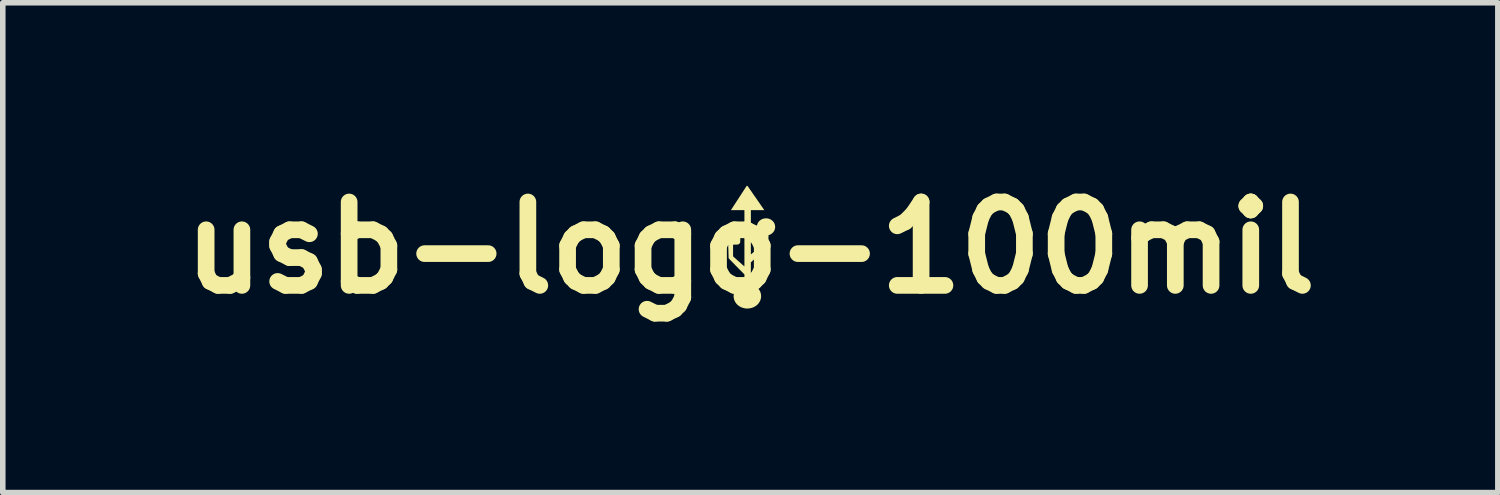
<source format=kicad_pcb>
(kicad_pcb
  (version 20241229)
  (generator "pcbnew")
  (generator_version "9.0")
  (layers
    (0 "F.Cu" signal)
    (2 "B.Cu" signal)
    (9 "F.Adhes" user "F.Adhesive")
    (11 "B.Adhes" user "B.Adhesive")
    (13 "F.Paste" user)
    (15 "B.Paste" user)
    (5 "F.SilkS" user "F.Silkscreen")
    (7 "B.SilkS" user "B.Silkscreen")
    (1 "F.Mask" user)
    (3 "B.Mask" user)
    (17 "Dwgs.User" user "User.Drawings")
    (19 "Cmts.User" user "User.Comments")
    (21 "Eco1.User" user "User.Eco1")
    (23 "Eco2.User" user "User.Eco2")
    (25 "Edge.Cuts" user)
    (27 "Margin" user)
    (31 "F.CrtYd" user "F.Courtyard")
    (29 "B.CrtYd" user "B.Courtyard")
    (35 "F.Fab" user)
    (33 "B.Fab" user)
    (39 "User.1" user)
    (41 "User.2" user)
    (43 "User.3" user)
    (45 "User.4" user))
  (footprint "usb-logo-100mil"
    (layer "F.Cu")
    (at 10.443 1.404)
    (property "Reference" "usb-logo-100mil" (at 0 0 0) (layer "F.SilkS") (effects (font (size 1.5 1.5) (thickness 0.3))))
    (attr board_only exclude_from_pos_files exclude_from_bom)
    (fp_poly (pts (xy -0.058 -1.112) (xy -0.054 -1.111) (xy -0.051 -1.11) (xy -0.05 -1.11) (xy -0.049 -1.109) (xy -0.047 -1.106) (xy -0.044 -1.101) (xy -0.039 -1.095) (xy -0.034 -1.087) (xy -0.027 -1.078) (xy -0.02 -1.067) (xy -0.012 -1.055) (xy -0.003 -1.043) (xy 0.007 -1.029) (xy 0.017 -1.015) (xy 0.027 -0.999) (xy 0.038 -0.984) (xy 0.05 -0.966) (xy 0.063 -0.947) (xy 0.077 -0.928) (xy 0.091 -0.908) (xy 0.105 -0.888) (xy 0.119 -0.868) (xy 0.132 -0.848) (xy 0.145 -0.829) (xy 0.158 -0.812) (xy 0.169 -0.795) (xy 0.18 -0.78) (xy 0.188 -0.767) (xy 0.197 -0.754) (xy 0.206 -0.741) (xy 0.215 -0.729) (xy 0.222 -0.718) (xy 0.229 -0.708) (xy 0.236 -0.699) (xy 0.241 -0.691) (xy 0.245 -0.685) (xy 0.249 -0.68) (xy 0.251 -0.677) (xy 0.252 -0.676) (xy 0.252 -0.676) (xy 0.25 -0.676) (xy 0.247 -0.676) (xy 0.241 -0.675) (xy 0.234 -0.675) (xy 0.225 -0.675) (xy 0.214 -0.675) (xy 0.201 -0.675) (xy 0.188 -0.675) (xy 0.173 -0.675) (xy 0.157 -0.675) (xy 0.141 -0.675) (xy 0.131 -0.675) (xy 0.114 -0.675) (xy 0.098 -0.675) (xy 0.083 -0.675) (xy 0.069 -0.675) (xy 0.055 -0.675) (xy 0.044 -0.675) (xy 0.033 -0.675) (xy 0.025 -0.675) (xy 0.018 -0.675) (xy 0.013 -0.675) (xy 0.011 -0.674) (xy 0.01 -0.674) (xy 0.01 -0.673) (xy 0.01 -0.67) (xy 0.01 -0.664) (xy 0.01 -0.656) (xy 0.01 -0.646) (xy 0.01 -0.634) (xy 0.01 -0.62) (xy 0.01 -0.604) (xy 0.01 -0.586) (xy 0.01 -0.567) (xy 0.01 -0.547) (xy 0.01 -0.525) (xy 0.01 -0.501) (xy 0.01 -0.477) (xy 0.01 -0.451) (xy 0.01 -0.424) (xy 0.01 -0.396) (xy 0.01 -0.367) (xy 0.01 -0.338) (xy 0.01 -0.307) (xy 0.01 -0.276) (xy 0.01 -0.276) (xy 0.01 0.121) (xy 0.052 0.087) (xy 0.063 0.078) (xy 0.075 0.068) (xy 0.088 0.058) (xy 0.101 0.047) (xy 0.114 0.036) (xy 0.126 0.026) (xy 0.134 0.019) (xy 0.144 0.011) (xy 0.155 0.002) (xy 0.166 -0.007) (xy 0.177 -0.016) (xy 0.187 -0.025) (xy 0.197 -0.032) (xy 0.205 -0.039) (xy 0.205 -0.039) (xy 0.235 -0.064) (xy 0.235 -0.145) (xy 0.235 -0.226) (xy 0.226 -0.228) (xy 0.211 -0.234) (xy 0.196 -0.242) (xy 0.181 -0.252) (xy 0.167 -0.263) (xy 0.156 -0.275) (xy 0.15 -0.281) (xy 0.141 -0.295) (xy 0.133 -0.308) (xy 0.127 -0.322) (xy 0.122 -0.337) (xy 0.122 -0.339) (xy 0.121 -0.344) (xy 0.12 -0.348) (xy 0.119 -0.352) (xy 0.119 -0.357) (xy 0.119 -0.363) (xy 0.119 -0.37) (xy 0.119 -0.374) (xy 0.119 -0.383) (xy 0.119 -0.389) (xy 0.119 -0.394) (xy 0.12 -0.399) (xy 0.12 -0.403) (xy 0.121 -0.407) (xy 0.122 -0.408) (xy 0.128 -0.427) (xy 0.136 -0.445) (xy 0.146 -0.461) (xy 0.158 -0.475) (xy 0.172 -0.488) (xy 0.188 -0.5) (xy 0.189 -0.501) (xy 0.206 -0.511) (xy 0.224 -0.518) (xy 0.242 -0.523) (xy 0.262 -0.527) (xy 0.281 -0.528) (xy 0.301 -0.527) (xy 0.32 -0.524) (xy 0.339 -0.519) (xy 0.357 -0.511) (xy 0.36 -0.51) (xy 0.377 -0.5) (xy 0.393 -0.488) (xy 0.407 -0.475) (xy 0.419 -0.46) (xy 0.427 -0.448) (xy 0.434 -0.433) (xy 0.44 -0.417) (xy 0.444 -0.4) (xy 0.446 -0.383) (xy 0.447 -0.366) (xy 0.446 -0.36) (xy 0.443 -0.341) (xy 0.438 -0.324) (xy 0.432 -0.308) (xy 0.423 -0.293) (xy 0.412 -0.279) (xy 0.403 -0.269) (xy 0.39 -0.257) (xy 0.377 -0.247) (xy 0.363 -0.239) (xy 0.349 -0.232) (xy 0.339 -0.229) (xy 0.334 -0.227) (xy 0.331 -0.226) (xy 0.329 -0.224) (xy 0.328 -0.223) (xy 0.328 -0.221) (xy 0.328 -0.22) (xy 0.328 -0.219) (xy 0.327 -0.214) (xy 0.327 -0.208) (xy 0.327 -0.2) (xy 0.326 -0.19) (xy 0.326 -0.179) (xy 0.325 -0.167) (xy 0.325 -0.154) (xy 0.324 -0.14) (xy 0.324 -0.125) (xy 0.323 -0.11) (xy 0.323 -0.096) (xy 0.322 -0.083) (xy 0.322 -0.071) (xy 0.322 -0.06) (xy 0.321 -0.05) (xy 0.321 -0.042) (xy 0.32 -0.036) (xy 0.32 -0.032) (xy 0.32 -0.03) (xy 0.32 -0.03) (xy 0.319 -0.029) (xy 0.319 -0.028) (xy 0.318 -0.026) (xy 0.316 -0.024) (xy 0.314 -0.022) (xy 0.311 -0.019) (xy 0.307 -0.015) (xy 0.303 -0.011) (xy 0.297 -0.006) (xy 0.291 0.000098) (xy 0.284 0.007) (xy 0.276 0.015) (xy 0.266 0.024) (xy 0.255 0.034) (xy 0.243 0.045) (xy 0.23 0.058) (xy 0.215 0.072) (xy 0.198 0.088) (xy 0.18 0.105) (xy 0.165 0.119) (xy 0.01 0.264) (xy 0.01 0.46) (xy 0.01 0.656) (xy 0.016 0.658) (xy 0.035 0.663) (xy 0.054 0.671) (xy 0.073 0.68) (xy 0.091 0.691) (xy 0.108 0.703) (xy 0.124 0.716) (xy 0.138 0.73) (xy 0.143 0.736) (xy 0.157 0.754) (xy 0.169 0.774) (xy 0.179 0.794) (xy 0.186 0.815) (xy 0.191 0.836) (xy 0.193 0.857) (xy 0.194 0.879) (xy 0.192 0.901) (xy 0.189 0.916) (xy 0.183 0.938) (xy 0.175 0.958) (xy 0.164 0.978) (xy 0.152 0.996) (xy 0.138 1.014) (xy 0.121 1.03) (xy 0.104 1.044) (xy 0.084 1.057) (xy 0.067 1.066) (xy 0.046 1.076) (xy 0.024 1.083) (xy 0.000283 1.089) (xy -0.023 1.092) (xy -0.047 1.094) (xy -0.069 1.094) (xy -0.081 1.093) (xy -0.091 1.092) (xy -0.1 1.09) (xy -0.111 1.088) (xy -0.12 1.086) (xy -0.144 1.079) (xy -0.167 1.07) (xy -0.188 1.059) (xy -0.208 1.045) (xy -0.227 1.031) (xy -0.237 1.021) (xy -0.253 1.004) (xy -0.266 0.985) (xy -0.277 0.966) (xy -0.287 0.946) (xy -0.293 0.924) (xy -0.298 0.902) (xy -0.3 0.889) (xy -0.3 0.868) (xy -0.299 0.846) (xy -0.295 0.825) (xy -0.289 0.804) (xy -0.281 0.784) (xy -0.27 0.764) (xy -0.265 0.756) (xy -0.256 0.744) (xy -0.247 0.733) (xy -0.236 0.721) (xy -0.234 0.719) (xy -0.218 0.705) (xy -0.2 0.692) (xy -0.181 0.681) (xy -0.161 0.671) (xy -0.138 0.663) (xy -0.117 0.656) (xy -0.106 0.653) (xy -0.106 0.567) (xy -0.106 0.481) (xy -0.137 0.449) (xy -0.143 0.443) (xy -0.151 0.435) (xy -0.16 0.426) (xy -0.17 0.416) (xy -0.18 0.405) (xy -0.192 0.394) (xy -0.203 0.382) (xy -0.215 0.37) (xy -0.227 0.358) (xy -0.235 0.349) (xy -0.247 0.338) (xy -0.259 0.326) (xy -0.27 0.314) (xy -0.282 0.302) (xy -0.293 0.29) (xy -0.304 0.279) (xy -0.314 0.269) (xy -0.322 0.26) (xy -0.33 0.253) (xy -0.334 0.249) (xy -0.345 0.237) (xy -0.355 0.228) (xy -0.362 0.22) (xy -0.369 0.213) (xy -0.374 0.207) (xy -0.379 0.203) (xy -0.382 0.199) (xy -0.385 0.196) (xy -0.386 0.194) (xy -0.388 0.192) (xy -0.389 0.191) (xy -0.389 0.19) (xy -0.389 0.188) (xy -0.389 0.187) (xy -0.389 0.187) (xy -0.39 0.184) (xy -0.39 0.179) (xy -0.39 0.173) (xy -0.391 0.166) (xy -0.391 0.161) (xy -0.391 0.139) (xy -0.392 0.12) (xy -0.393 0.103) (xy -0.393 0.087) (xy -0.393 0.074) (xy -0.394 0.062) (xy -0.394 0.052) (xy -0.394 0.043) (xy -0.395 0.036) (xy -0.395 0.03) (xy -0.395 0.025) (xy -0.395 0.02) (xy -0.395 0.017) (xy -0.395 0.014) (xy -0.396 0.012) (xy -0.396 0.006) (xy -0.396 -0.001) (xy -0.396 -0.01) (xy -0.397 -0.019) (xy -0.397 -0.027) (xy -0.397 -0.027) (xy -0.397 -0.035) (xy -0.397 -0.042) (xy -0.398 -0.047) (xy -0.398 -0.051) (xy -0.398 -0.053) (xy -0.398 -0.054) (xy -0.399 -0.054) (xy -0.403 -0.054) (xy -0.408 -0.054) (xy -0.415 -0.055) (xy -0.423 -0.055) (xy -0.431 -0.055) (xy -0.434 -0.055) (xy -0.444 -0.055) (xy -0.452 -0.055) (xy -0.459 -0.056) (xy -0.464 -0.056) (xy -0.468 -0.056) (xy -0.471 -0.057) (xy -0.474 -0.058) (xy -0.476 -0.058) (xy -0.487 -0.063) (xy -0.496 -0.069) (xy -0.504 -0.077) (xy -0.509 -0.087) (xy -0.511 -0.091) (xy -0.512 -0.094) (xy -0.513 -0.098) (xy -0.514 -0.102) (xy -0.514 -0.109) (xy -0.514 -0.112) (xy -0.515 -0.116) (xy -0.515 -0.122) (xy -0.515 -0.13) (xy -0.515 -0.14) (xy -0.515 -0.151) (xy -0.515 -0.164) (xy -0.515 -0.178) (xy -0.515 -0.192) (xy -0.515 -0.208) (xy -0.515 -0.223) (xy -0.515 -0.241) (xy -0.515 -0.257) (xy -0.515 -0.27) (xy -0.515 -0.282) (xy -0.514 -0.292) (xy -0.514 -0.301) (xy -0.514 -0.308) (xy -0.514 -0.313) (xy -0.513 -0.318) (xy -0.513 -0.322) (xy -0.512 -0.325) (xy -0.512 -0.328) (xy -0.511 -0.33) (xy -0.51 -0.332) (xy -0.509 -0.334) (xy -0.508 -0.336) (xy -0.507 -0.336) (xy -0.502 -0.343) (xy -0.495 -0.35) (xy -0.488 -0.355) (xy -0.484 -0.357) (xy -0.48 -0.359) (xy -0.475 -0.361) (xy -0.469 -0.362) (xy -0.465 -0.362) (xy -0.461 -0.362) (xy -0.456 -0.363) (xy -0.448 -0.363) (xy -0.439 -0.363) (xy -0.428 -0.363) (xy -0.416 -0.363) (xy -0.403 -0.363) (xy -0.389 -0.363) (xy -0.374 -0.363) (xy -0.359 -0.363) (xy -0.344 -0.363) (xy -0.329 -0.363) (xy -0.314 -0.363) (xy -0.299 -0.363) (xy -0.286 -0.363) (xy -0.273 -0.363) (xy -0.262 -0.363) (xy -0.251 -0.363) (xy -0.243 -0.363) (xy -0.236 -0.362) (xy -0.232 -0.362) (xy -0.23 -0.362) (xy -0.224 -0.361) (xy -0.219 -0.36) (xy -0.214 -0.359) (xy -0.211 -0.357) (xy -0.202 -0.352) (xy -0.194 -0.345) (xy -0.188 -0.337) (xy -0.186 -0.332) (xy -0.185 -0.33) (xy -0.184 -0.328) (xy -0.183 -0.325) (xy -0.182 -0.321) (xy -0.182 -0.317) (xy -0.181 -0.313) (xy -0.181 -0.307) (xy -0.181 -0.3) (xy -0.18 -0.292) (xy -0.18 -0.282) (xy -0.18 -0.271) (xy -0.18 -0.259) (xy -0.18 -0.244) (xy -0.18 -0.227) (xy -0.18 -0.208) (xy -0.18 -0.197) (xy -0.18 -0.179) (xy -0.18 -0.164) (xy -0.18 -0.15) (xy -0.181 -0.139) (xy -0.181 -0.129) (xy -0.181 -0.121) (xy -0.181 -0.114) (xy -0.181 -0.109) (xy -0.181 -0.105) (xy -0.181 -0.101) (xy -0.182 -0.099) (xy -0.182 -0.097) (xy -0.182 -0.095) (xy -0.183 -0.094) (xy -0.183 -0.094) (xy -0.187 -0.083) (xy -0.194 -0.074) (xy -0.202 -0.067) (xy -0.212 -0.061) (xy -0.22 -0.058) (xy -0.222 -0.057) (xy -0.225 -0.057) (xy -0.229 -0.056) (xy -0.234 -0.056) (xy -0.24 -0.056) (xy -0.248 -0.055) (xy -0.257 -0.055) (xy -0.268 -0.055) (xy -0.31 -0.054) (xy -0.31 0.051) (xy -0.31 0.156) (xy -0.21 0.246) (xy -0.196 0.258) (xy -0.183 0.269) (xy -0.171 0.28) (xy -0.16 0.29) (xy -0.149 0.3) (xy -0.139 0.309) (xy -0.131 0.316) (xy -0.123 0.323) (xy -0.117 0.328) (xy -0.112 0.332) (xy -0.109 0.335) (xy -0.108 0.336) (xy -0.108 0.336) (xy -0.107 0.336) (xy -0.107 0.336) (xy -0.107 0.334) (xy -0.107 0.333) (xy -0.107 0.331) (xy -0.107 0.328) (xy -0.107 0.324) (xy -0.107 0.319) (xy -0.106 0.314) (xy -0.106 0.308) (xy -0.106 0.3) (xy -0.106 0.292) (xy -0.106 0.282) (xy -0.106 0.271) (xy -0.106 0.259) (xy -0.106 0.245) (xy -0.106 0.23) (xy -0.106 0.214) (xy -0.106 0.196) (xy -0.106 0.176) (xy -0.106 0.155) (xy -0.106 0.131) (xy -0.106 0.107) (xy -0.106 0.08) (xy -0.106 0.051) (xy -0.106 0.02) (xy -0.106 -0.013) (xy -0.106 -0.048) (xy -0.106 -0.085) (xy -0.106 -0.125) (xy -0.106 -0.167) (xy -0.106 -0.169) (xy -0.106 -0.674) (xy -0.133 -0.675) (xy -0.138 -0.675) (xy -0.146 -0.675) (xy -0.156 -0.675) (xy -0.167 -0.675) (xy -0.18 -0.675) (xy -0.194 -0.675) (xy -0.209 -0.675) (xy -0.224 -0.675) (xy -0.24 -0.675) (xy -0.254 -0.675) (xy -0.269 -0.675) (xy -0.283 -0.675) (xy -0.297 -0.675) (xy -0.309 -0.675) (xy -0.32 -0.675) (xy -0.329 -0.675) (xy -0.337 -0.675) (xy -0.343 -0.675) (xy -0.347 -0.675) (xy -0.349 -0.675) (xy -0.349 -0.675) (xy -0.348 -0.676) (xy -0.346 -0.679) (xy -0.343 -0.684) (xy -0.339 -0.69) (xy -0.334 -0.698) (xy -0.328 -0.708) (xy -0.321 -0.718) (xy -0.313 -0.73) (xy -0.305 -0.743) (xy -0.296 -0.757) (xy -0.286 -0.771) (xy -0.276 -0.787) (xy -0.268 -0.8) (xy -0.256 -0.818) (xy -0.244 -0.837) (xy -0.231 -0.857) (xy -0.217 -0.877) (xy -0.204 -0.898) (xy -0.191 -0.918) (xy -0.178 -0.938) (xy -0.165 -0.957) (xy -0.154 -0.976) (xy -0.142 -0.993) (xy -0.132 -1.008) (xy -0.126 -1.018) (xy -0.065 -1.112)) (stroke (width 0) (type solid)) (fill yes) (layer "F.SilkS")))
  (gr_rect
    (start -3 -3)
    (end 23.886 5.808)
    (stroke (width 0.1) (type default))
    (fill no)
    (layer "Edge.Cuts")))
</source>
